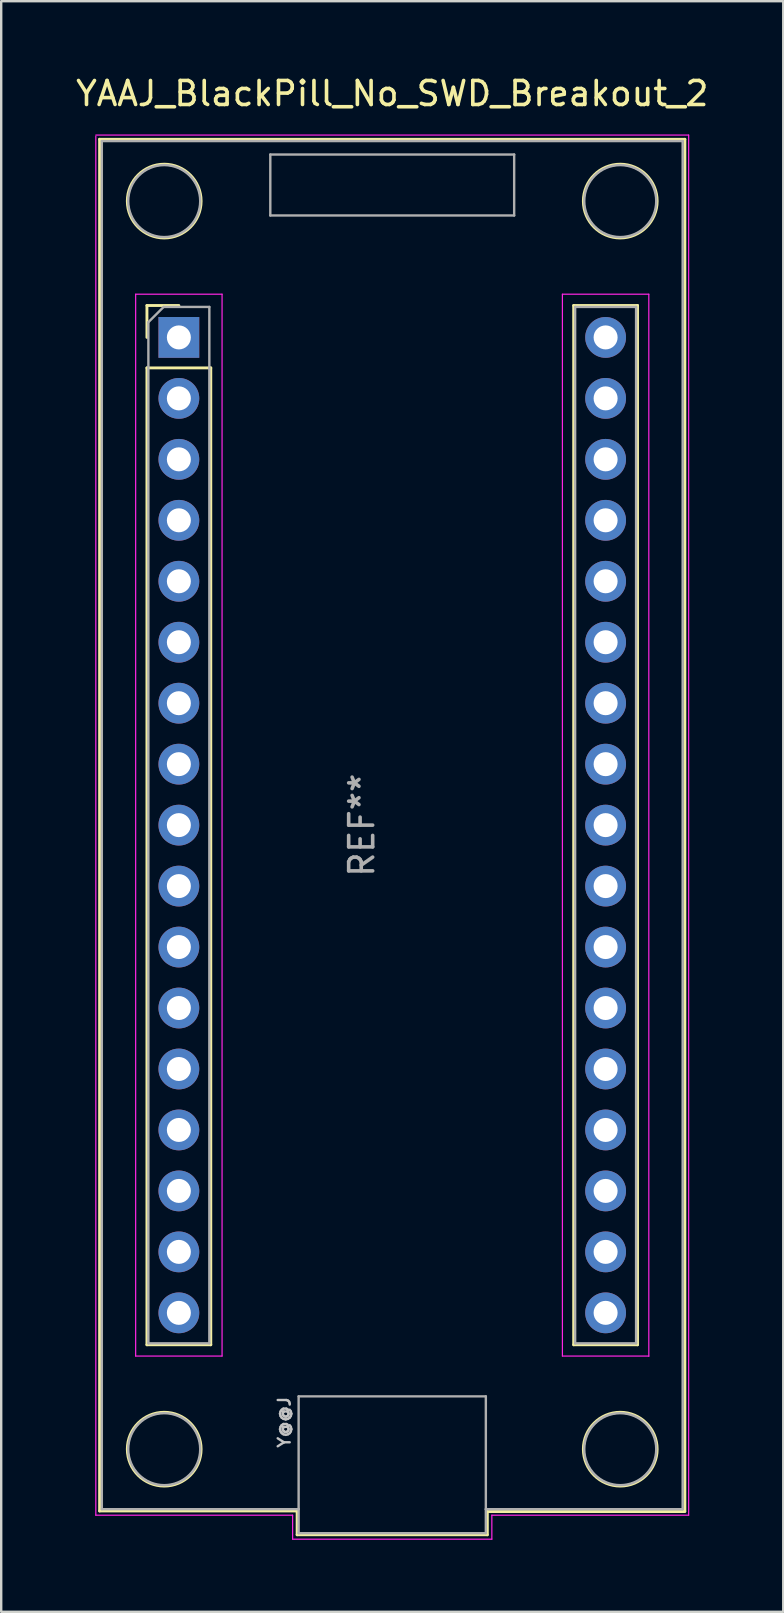
<source format=kicad_pcb>
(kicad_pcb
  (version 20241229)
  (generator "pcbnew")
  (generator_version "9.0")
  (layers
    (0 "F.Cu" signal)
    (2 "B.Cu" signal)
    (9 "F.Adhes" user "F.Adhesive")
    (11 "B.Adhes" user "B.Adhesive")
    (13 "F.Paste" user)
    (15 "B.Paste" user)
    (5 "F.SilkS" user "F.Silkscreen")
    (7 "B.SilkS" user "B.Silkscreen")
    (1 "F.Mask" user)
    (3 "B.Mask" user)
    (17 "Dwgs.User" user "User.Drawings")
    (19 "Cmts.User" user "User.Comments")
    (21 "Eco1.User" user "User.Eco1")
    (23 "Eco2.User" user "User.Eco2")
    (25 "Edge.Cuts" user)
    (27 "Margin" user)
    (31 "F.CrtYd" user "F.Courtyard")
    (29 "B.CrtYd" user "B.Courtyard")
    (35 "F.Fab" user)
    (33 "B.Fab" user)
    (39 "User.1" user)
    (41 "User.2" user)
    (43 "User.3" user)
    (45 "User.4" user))
  (footprint "YAAJ_BlackPill_No_SWD_Breakout_2"
    (layer "F.Cu")
    (at 4.402 11.008)
    (property "Reference" "YAAJ_BlackPill_No_SWD_Breakout_2" (at 8.89 -10.16 0) (layer "F.SilkS") (effects (font (size 1 1) (thickness 0.15))))
    (attr through_hole)
    (fp_line (start -3.302 -8.255) (end 21.082 -8.255) (stroke (width 0.12) (type solid)) (layer "F.SilkS"))
    (fp_line (start -3.302 48.895) (end -3.302 -8.255) (stroke (width 0.12) (type solid)) (layer "F.SilkS"))
    (fp_line (start -3.302 48.895) (end 4.928 48.895) (stroke (width 0.12) (type solid)) (layer "F.SilkS"))
    (fp_line (start -1.33 -1.33) (end -1.33 0) (stroke (width 0.12) (type solid)) (layer "F.SilkS"))
    (fp_line (start -1.33 -1.33) (end 0 -1.33) (stroke (width 0.12) (type solid)) (layer "F.SilkS"))
    (fp_line (start -1.33 1.27) (end -1.33 41.97) (stroke (width 0.12) (type solid)) (layer "F.SilkS"))
    (fp_line (start -1.33 1.27) (end 1.33 1.27) (stroke (width 0.12) (type solid)) (layer "F.SilkS"))
    (fp_line (start 1.33 1.27) (end 1.33 41.97) (stroke (width 0.12) (type solid)) (layer "F.SilkS"))
    (fp_line (start 1.33 41.97) (end -1.33 41.97) (stroke (width 0.12) (type solid)) (layer "F.SilkS"))
    (fp_line (start 4.928 48.895) (end 4.928 49.886) (stroke (width 0.12) (type solid)) (layer "F.SilkS"))
    (fp_line (start 4.928 49.886) (end 12.852 49.886) (stroke (width 0.12) (type solid)) (layer "F.SilkS"))
    (fp_line (start 12.852 48.92) (end 21.082 48.92) (stroke (width 0.12) (type solid)) (layer "F.SilkS"))
    (fp_line (start 12.852 49.886) (end 12.852 48.92) (stroke (width 0.12) (type solid)) (layer "F.SilkS"))
    (fp_line (start 16.45 -1.33) (end 16.45 41.97) (stroke (width 0.12) (type solid)) (layer "F.SilkS"))
    (fp_line (start 16.45 -1.33) (end 19.11 -1.33) (stroke (width 0.12) (type solid)) (layer "F.SilkS"))
    (fp_line (start 16.45 41.97) (end 19.11 41.97) (stroke (width 0.12) (type solid)) (layer "F.SilkS"))
    (fp_line (start 19.11 -1.33) (end 19.11 41.97) (stroke (width 0.12) (type solid)) (layer "F.SilkS"))
    (fp_line (start 21.082 -8.255) (end 21.082 48.895) (stroke (width 0.12) (type solid)) (layer "F.SilkS"))
    (fp_circle (center -0.61 -5.68) (end 0.927 -5.68) (stroke (width 0.12) (type solid)) (fill no) (layer "F.SilkS"))
    (fp_circle (center -0.61 46.32) (end 0.927 46.32) (stroke (width 0.12) (type solid)) (fill no) (layer "F.SilkS"))
    (fp_circle (center 18.39 -5.68) (end 19.927 -5.68) (stroke (width 0.12) (type solid)) (fill no) (layer "F.SilkS"))
    (fp_circle (center 18.39 46.32) (end 19.927 46.32) (stroke (width 0.12) (type solid)) (fill no) (layer "F.SilkS"))
    (fp_line (start -3.46 -8.43) (end 21.24 -8.43) (stroke (width 0.05) (type solid)) (layer "F.CrtYd"))
    (fp_line (start -3.46 49.07) (end -3.46 -8.382) (stroke (width 0.05) (type solid)) (layer "F.CrtYd"))
    (fp_line (start -1.8 -1.8) (end 1.8 -1.8) (stroke (width 0.05) (type solid)) (layer "F.CrtYd"))
    (fp_line (start -1.8 42.44) (end -1.8 -1.8) (stroke (width 0.05) (type solid)) (layer "F.CrtYd"))
    (fp_line (start 1.8 -1.8) (end 1.8 42.44) (stroke (width 0.05) (type solid)) (layer "F.CrtYd"))
    (fp_line (start 1.8 42.44) (end -1.8 42.44) (stroke (width 0.05) (type solid)) (layer "F.CrtYd"))
    (fp_line (start 4.74 49.07) (end -3.46 49.07) (stroke (width 0.05) (type solid)) (layer "F.CrtYd"))
    (fp_line (start 4.74 50.07) (end 4.74 49.07) (stroke (width 0.05) (type solid)) (layer "F.CrtYd"))
    (fp_line (start 13.04 49.07) (end 13.04 50.07) (stroke (width 0.05) (type solid)) (layer "F.CrtYd"))
    (fp_line (start 13.04 50.07) (end 4.74 50.07) (stroke (width 0.05) (type solid)) (layer "F.CrtYd"))
    (fp_line (start 15.98 -1.8) (end 19.58 -1.8) (stroke (width 0.05) (type solid)) (layer "F.CrtYd"))
    (fp_line (start 15.98 42.44) (end 15.98 -1.8) (stroke (width 0.05) (type solid)) (layer "F.CrtYd"))
    (fp_line (start 19.58 -1.8) (end 19.58 42.45) (stroke (width 0.05) (type solid)) (layer "F.CrtYd"))
    (fp_line (start 19.58 42.44) (end 15.98 42.44) (stroke (width 0.05) (type solid)) (layer "F.CrtYd"))
    (fp_line (start 21.24 -8.43) (end 21.24 49.07) (stroke (width 0.05) (type solid)) (layer "F.CrtYd"))
    (fp_line (start 21.24 49.07) (end 13.04 49.07) (stroke (width 0.05) (type solid)) (layer "F.CrtYd"))
    (fp_line (start -3.21 -8.18) (end -3.21 48.82) (stroke (width 0.1) (type solid)) (layer "F.Fab"))
    (fp_line (start -3.21 -8.18) (end 20.99 -8.18) (stroke (width 0.1) (type solid)) (layer "F.Fab"))
    (fp_line (start -3.21 48.82) (end 4.99 48.82) (stroke (width 0.1) (type solid)) (layer "F.Fab"))
    (fp_line (start -1.27 41.91) (end -1.27 -0.635) (stroke (width 0.1) (type solid)) (layer "F.Fab"))
    (fp_line (start -1.27 41.91) (end 1.27 41.91) (stroke (width 0.1) (type solid)) (layer "F.Fab"))
    (fp_line (start -0.635 -1.27) (end -1.27 -0.635) (stroke (width 0.1) (type solid)) (layer "F.Fab"))
    (fp_line (start -0.635 -1.27) (end 1.27 -1.27) (stroke (width 0.1) (type solid)) (layer "F.Fab"))
    (fp_line (start 1.27 -1.27) (end 1.27 41.91) (stroke (width 0.1) (type solid)) (layer "F.Fab"))
    (fp_line (start 3.81 -7.62) (end 13.97 -7.62) (stroke (width 0.1) (type solid)) (layer "F.Fab"))
    (fp_line (start 3.81 -5.08) (end 3.81 -7.62) (stroke (width 0.1) (type solid)) (layer "F.Fab"))
    (fp_line (start 4.99 44.12) (end 4.99 48.82) (stroke (width 0.1) (type solid)) (layer "F.Fab"))
    (fp_line (start 4.99 48.82) (end 4.99 49.82) (stroke (width 0.1) (type solid)) (layer "F.Fab"))
    (fp_line (start 4.99 49.82) (end 12.79 49.82) (stroke (width 0.1) (type solid)) (layer "F.Fab"))
    (fp_line (start 12.79 44.12) (end 4.99 44.12) (stroke (width 0.1) (type solid)) (layer "F.Fab"))
    (fp_line (start 12.79 48.82) (end 12.79 44.12) (stroke (width 0.1) (type solid)) (layer "F.Fab"))
    (fp_line (start 12.79 48.82) (end 20.99 48.82) (stroke (width 0.1) (type solid)) (layer "F.Fab"))
    (fp_line (start 12.79 49.82) (end 12.79 48.82) (stroke (width 0.1) (type solid)) (layer "F.Fab"))
    (fp_line (start 13.97 -7.62) (end 13.97 -5.08) (stroke (width 0.1) (type solid)) (layer "F.Fab"))
    (fp_line (start 13.97 -5.08) (end 3.81 -5.08) (stroke (width 0.1) (type solid)) (layer "F.Fab"))
    (fp_line (start 16.51 -1.27) (end 19.05 -1.27) (stroke (width 0.1) (type solid)) (layer "F.Fab"))
    (fp_line (start 16.51 41.91) (end 16.51 -1.27) (stroke (width 0.1) (type solid)) (layer "F.Fab"))
    (fp_line (start 19.05 -1.27) (end 19.05 41.91) (stroke (width 0.1) (type solid)) (layer "F.Fab"))
    (fp_line (start 19.05 41.91) (end 16.51 41.91) (stroke (width 0.1) (type solid)) (layer "F.Fab"))
    (fp_line (start 20.99 48.82) (end 20.99 -8.18) (stroke (width 0.1) (type solid)) (layer "F.Fab"))
    (fp_circle (center -0.61 -5.68) (end 0.89 -5.68) (stroke (width 0.1) (type solid)) (fill no) (layer "F.Fab"))
    (fp_circle (center -0.61 46.32) (end 0.89 46.32) (stroke (width 0.1) (type solid)) (fill no) (layer "F.Fab"))
    (fp_circle (center 18.39 -5.68) (end 19.89 -5.68) (stroke (width 0.1) (type solid)) (fill no) (layer "F.Fab"))
    (fp_circle (center 18.39 46.32) (end 19.89 46.32) (stroke (width 0.1) (type solid)) (fill no) (layer "F.Fab"))
    (fp_text user "Y@@J" (at 4.392 45.2 270) (layer "Dwgs.User") (effects (font (size 0.5 0.5) (thickness 0.1))))
    (fp_text user "REF**" (at 7.62 20.32 90) (layer "F.Fab") (effects (font (size 1 1) (thickness 0.15))))
    (pad "1" thru_hole rect (at 0 0) (size 1.7 1.7) (drill 1) (layers "*.Cu" "*.Mask"))
    (pad "2" thru_hole circle (at 0 2.54) (size 1.7 1.7) (drill 1) (layers "*.Cu" "*.Mask"))
    (pad "3" thru_hole circle (at 0 5.08) (size 1.7 1.7) (drill 1) (layers "*.Cu" "*.Mask"))
    (pad "4" thru_hole circle (at 0 7.62) (size 1.7 1.7) (drill 1) (layers "*.Cu" "*.Mask"))
    (pad "5" thru_hole circle (at 0 10.16) (size 1.7 1.7) (drill 1) (layers "*.Cu" "*.Mask"))
    (pad "6" thru_hole circle (at 0 12.7) (size 1.7 1.7) (drill 1) (layers "*.Cu" "*.Mask"))
    (pad "7" thru_hole circle (at 0 15.24) (size 1.7 1.7) (drill 1) (layers "*.Cu" "*.Mask"))
    (pad "8" thru_hole circle (at 0 17.78) (size 1.7 1.7) (drill 1) (layers "*.Cu" "*.Mask"))
    (pad "9" thru_hole circle (at 0 20.32) (size 1.7 1.7) (drill 1) (layers "*.Cu" "*.Mask"))
    (pad "10" thru_hole circle (at 0 22.86) (size 1.7 1.7) (drill 1) (layers "*.Cu" "*.Mask"))
    (pad "11" thru_hole circle (at 0 25.4) (size 1.7 1.7) (drill 1) (layers "*.Cu" "*.Mask"))
    (pad "12" thru_hole circle (at 0 27.94) (size 1.7 1.7) (drill 1) (layers "*.Cu" "*.Mask"))
    (pad "13" thru_hole circle (at 0 30.48) (size 1.7 1.7) (drill 1) (layers "*.Cu" "*.Mask"))
    (pad "14" thru_hole circle (at 0 33.02) (size 1.7 1.7) (drill 1) (layers "*.Cu" "*.Mask"))
    (pad "15" thru_hole circle (at 0 35.56) (size 1.7 1.7) (drill 1) (layers "*.Cu" "*.Mask"))
    (pad "16" thru_hole circle (at 0 38.1) (size 1.7 1.7) (drill 1) (layers "*.Cu" "*.Mask"))
    (pad "17" thru_hole circle (at 0 40.64) (size 1.7 1.7) (drill 1) (layers "*.Cu" "*.Mask"))
    (pad "18" thru_hole circle (at 17.78 40.64) (size 1.7 1.7) (drill 1) (layers "*.Cu" "*.Mask"))
    (pad "19" thru_hole circle (at 17.78 38.1) (size 1.7 1.7) (drill 1) (layers "*.Cu" "*.Mask"))
    (pad "20" thru_hole circle (at 17.78 35.56) (size 1.7 1.7) (drill 1) (layers "*.Cu" "*.Mask"))
    (pad "21" thru_hole circle (at 17.78 33.02) (size 1.7 1.7) (drill 1) (layers "*.Cu" "*.Mask"))
    (pad "22" thru_hole circle (at 17.78 30.48) (size 1.7 1.7) (drill 1) (layers "*.Cu" "*.Mask"))
    (pad "23" thru_hole circle (at 17.78 27.94) (size 1.7 1.7) (drill 1) (layers "*.Cu" "*.Mask"))
    (pad "24" thru_hole circle (at 17.78 25.4) (size 1.7 1.7) (drill 1) (layers "*.Cu" "*.Mask"))
    (pad "25" thru_hole circle (at 17.78 22.86) (size 1.7 1.7) (drill 1) (layers "*.Cu" "*.Mask"))
    (pad "26" thru_hole circle (at 17.78 20.32) (size 1.7 1.7) (drill 1) (layers "*.Cu" "*.Mask"))
    (pad "27" thru_hole circle (at 17.78 17.78) (size 1.7 1.7) (drill 1) (layers "*.Cu" "*.Mask"))
    (pad "28" thru_hole circle (at 17.78 15.24) (size 1.7 1.7) (drill 1) (layers "*.Cu" "*.Mask"))
    (pad "29" thru_hole circle (at 17.78 12.7) (size 1.7 1.7) (drill 1) (layers "*.Cu" "*.Mask"))
    (pad "30" thru_hole circle (at 17.78 10.16) (size 1.7 1.7) (drill 1) (layers "*.Cu" "*.Mask"))
    (pad "31" thru_hole circle (at 17.78 7.62) (size 1.7 1.7) (drill 1) (layers "*.Cu" "*.Mask"))
    (pad "32" thru_hole circle (at 17.78 5.08) (size 1.7 1.7) (drill 1) (layers "*.Cu" "*.Mask"))
    (pad "33" thru_hole circle (at 17.78 2.54) (size 1.7 1.7) (drill 1) (layers "*.Cu" "*.Mask"))
    (pad "34" thru_hole circle (at 17.78 0) (size 1.7 1.7) (drill 1) (layers "*.Cu" "*.Mask")))
  (gr_rect
    (start -3 -3)
    (end 29.583 64.103)
    (stroke (width 0.1) (type default))
    (fill no)
    (layer "Edge.Cuts")))
</source>
